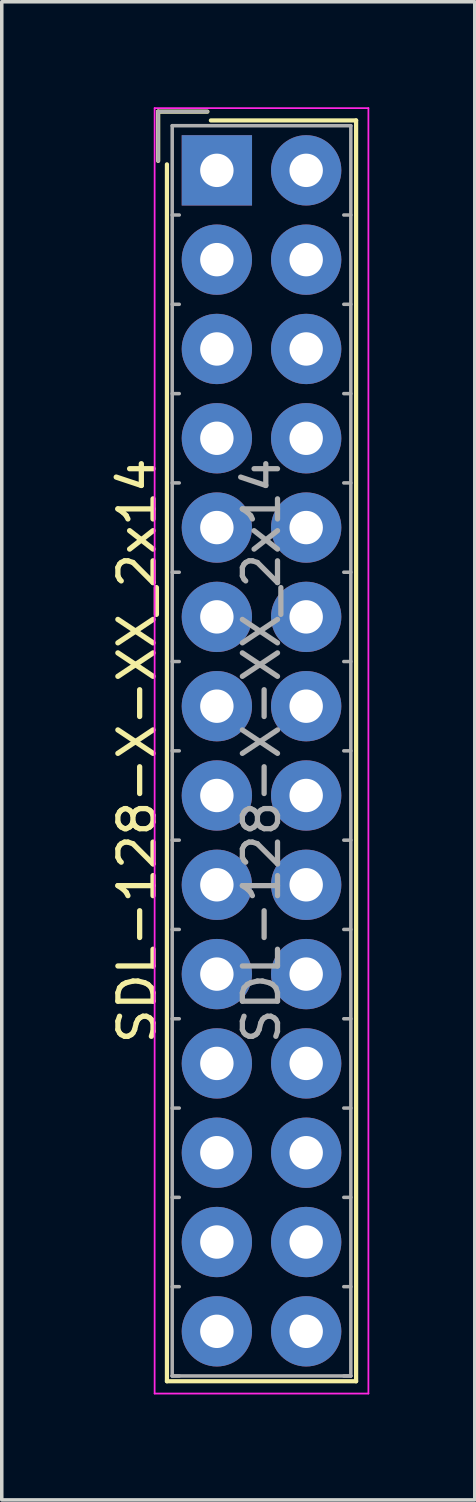
<source format=kicad_pcb>
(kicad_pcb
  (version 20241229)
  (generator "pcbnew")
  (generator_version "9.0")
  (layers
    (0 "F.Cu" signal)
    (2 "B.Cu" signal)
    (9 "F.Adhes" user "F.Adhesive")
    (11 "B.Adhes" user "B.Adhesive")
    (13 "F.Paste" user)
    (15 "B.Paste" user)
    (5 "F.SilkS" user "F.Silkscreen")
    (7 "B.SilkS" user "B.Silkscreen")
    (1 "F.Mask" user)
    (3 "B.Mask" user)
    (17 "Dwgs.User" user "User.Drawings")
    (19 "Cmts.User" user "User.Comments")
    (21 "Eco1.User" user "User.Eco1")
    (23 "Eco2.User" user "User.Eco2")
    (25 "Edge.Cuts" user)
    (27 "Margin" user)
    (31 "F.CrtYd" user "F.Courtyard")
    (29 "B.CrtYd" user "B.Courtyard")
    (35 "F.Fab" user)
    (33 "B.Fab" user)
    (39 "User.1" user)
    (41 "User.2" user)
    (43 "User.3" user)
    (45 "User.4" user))
  (footprint "SDL-128-X-XX_2x14"
    (layer "F.Cu")
    (at 3.118 1.795)
    (property "Reference" "SDL-128-X-XX_2x14" (at -2.27 16.51 90) (layer "F.SilkS") (effects (font (size 1 1) (thickness 0.15))))
    (attr through_hole)
    (fp_line (start -1.67 -1.67) (end -1.67 -0.27) (stroke (width 0.12) (type solid)) (layer "F.SilkS"))
    (fp_line (start -1.42 34.44) (end -1.42 -0.17) (stroke (width 0.12) (type solid)) (layer "F.SilkS"))
    (fp_line (start -0.27 -1.67) (end -1.67 -1.67) (stroke (width 0.12) (type solid)) (layer "F.SilkS"))
    (fp_line (start -0.17 -1.42) (end 3.96 -1.42) (stroke (width 0.12) (type solid)) (layer "F.SilkS"))
    (fp_line (start 3.96 -1.42) (end 3.96 34.44) (stroke (width 0.12) (type solid)) (layer "F.SilkS"))
    (fp_line (start 3.96 34.44) (end -1.42 34.44) (stroke (width 0.12) (type solid)) (layer "F.SilkS"))
    (fp_line (start -1.77 -1.77) (end -1.77 34.79) (stroke (width 0.05) (type solid)) (layer "F.CrtYd"))
    (fp_line (start -1.77 34.79) (end 4.31 34.79) (stroke (width 0.05) (type solid)) (layer "F.CrtYd"))
    (fp_line (start 4.31 -1.77) (end -1.77 -1.77) (stroke (width 0.05) (type solid)) (layer "F.CrtYd"))
    (fp_line (start 4.31 34.79) (end 4.31 -1.77) (stroke (width 0.05) (type solid)) (layer "F.CrtYd"))
    (fp_line (start -1.67 -1.67) (end -1.67 -0.27) (stroke (width 0.1) (type solid)) (layer "F.Fab"))
    (fp_line (start -1.27 -1.27) (end -1.27 34.29) (stroke (width 0.1) (type solid)) (layer "F.Fab"))
    (fp_line (start -1.27 1.27) (end -1.07 1.27) (stroke (width 0.1) (type solid)) (layer "F.Fab"))
    (fp_line (start -1.27 3.81) (end -1.07 3.81) (stroke (width 0.1) (type solid)) (layer "F.Fab"))
    (fp_line (start -1.27 6.35) (end -1.07 6.35) (stroke (width 0.1) (type solid)) (layer "F.Fab"))
    (fp_line (start -1.27 8.89) (end -1.07 8.89) (stroke (width 0.1) (type solid)) (layer "F.Fab"))
    (fp_line (start -1.27 11.43) (end -1.07 11.43) (stroke (width 0.1) (type solid)) (layer "F.Fab"))
    (fp_line (start -1.27 13.97) (end -1.07 13.97) (stroke (width 0.1) (type solid)) (layer "F.Fab"))
    (fp_line (start -1.27 16.51) (end -1.07 16.51) (stroke (width 0.1) (type solid)) (layer "F.Fab"))
    (fp_line (start -1.27 19.05) (end -1.07 19.05) (stroke (width 0.1) (type solid)) (layer "F.Fab"))
    (fp_line (start -1.27 21.59) (end -1.07 21.59) (stroke (width 0.1) (type solid)) (layer "F.Fab"))
    (fp_line (start -1.27 24.13) (end -1.07 24.13) (stroke (width 0.1) (type solid)) (layer "F.Fab"))
    (fp_line (start -1.27 26.67) (end -1.07 26.67) (stroke (width 0.1) (type solid)) (layer "F.Fab"))
    (fp_line (start -1.27 29.21) (end -1.07 29.21) (stroke (width 0.1) (type solid)) (layer "F.Fab"))
    (fp_line (start -1.27 31.75) (end -1.07 31.75) (stroke (width 0.1) (type solid)) (layer "F.Fab"))
    (fp_line (start -1.27 34.29) (end -1.07 34.29) (stroke (width 0.1) (type solid)) (layer "F.Fab"))
    (fp_line (start -1.27 34.29) (end 3.81 34.29) (stroke (width 0.1) (type solid)) (layer "F.Fab"))
    (fp_line (start -0.27 -1.67) (end -1.67 -1.67) (stroke (width 0.1) (type solid)) (layer "F.Fab"))
    (fp_line (start 3.81 -1.27) (end -1.27 -1.27) (stroke (width 0.1) (type solid)) (layer "F.Fab"))
    (fp_line (start 3.81 1.27) (end 3.61 1.27) (stroke (width 0.1) (type solid)) (layer "F.Fab"))
    (fp_line (start 3.81 3.81) (end 3.61 3.81) (stroke (width 0.1) (type solid)) (layer "F.Fab"))
    (fp_line (start 3.81 6.35) (end 3.61 6.35) (stroke (width 0.1) (type solid)) (layer "F.Fab"))
    (fp_line (start 3.81 8.89) (end 3.61 8.89) (stroke (width 0.1) (type solid)) (layer "F.Fab"))
    (fp_line (start 3.81 11.43) (end 3.61 11.43) (stroke (width 0.1) (type solid)) (layer "F.Fab"))
    (fp_line (start 3.81 13.97) (end 3.61 13.97) (stroke (width 0.1) (type solid)) (layer "F.Fab"))
    (fp_line (start 3.81 16.51) (end 3.61 16.51) (stroke (width 0.1) (type solid)) (layer "F.Fab"))
    (fp_line (start 3.81 19.05) (end 3.61 19.05) (stroke (width 0.1) (type solid)) (layer "F.Fab"))
    (fp_line (start 3.81 21.59) (end 3.61 21.59) (stroke (width 0.1) (type solid)) (layer "F.Fab"))
    (fp_line (start 3.81 24.13) (end 3.61 24.13) (stroke (width 0.1) (type solid)) (layer "F.Fab"))
    (fp_line (start 3.81 26.67) (end 3.61 26.67) (stroke (width 0.1) (type solid)) (layer "F.Fab"))
    (fp_line (start 3.81 29.21) (end 3.61 29.21) (stroke (width 0.1) (type solid)) (layer "F.Fab"))
    (fp_line (start 3.81 31.75) (end 3.61 31.75) (stroke (width 0.1) (type solid)) (layer "F.Fab"))
    (fp_line (start 3.81 34.29) (end 3.61 34.29) (stroke (width 0.1) (type solid)) (layer "F.Fab"))
    (fp_line (start 3.81 34.29) (end 3.81 -1.27) (stroke (width 0.1) (type solid)) (layer "F.Fab"))
    (fp_text user "${REFERENCE}" (at 1.27 16.51 90) (layer "F.Fab") (effects (font (size 1 1) (thickness 0.15))))
    (pad "1" thru_hole rect (at 0 0) (size 2 2) (drill 0.95) (layers "*.Cu" "*.Mask"))
    (pad "2" thru_hole circle (at 2.54 0) (size 2 2) (drill 0.95) (layers "*.Cu" "*.Mask"))
    (pad "3" thru_hole circle (at 0 2.54) (size 2 2) (drill 0.95) (layers "*.Cu" "*.Mask"))
    (pad "4" thru_hole circle (at 2.54 2.54) (size 2 2) (drill 0.95) (layers "*.Cu" "*.Mask"))
    (pad "5" thru_hole circle (at 0 5.08) (size 2 2) (drill 0.95) (layers "*.Cu" "*.Mask"))
    (pad "6" thru_hole circle (at 2.54 5.08) (size 2 2) (drill 0.95) (layers "*.Cu" "*.Mask"))
    (pad "7" thru_hole circle (at 0 7.62) (size 2 2) (drill 0.95) (layers "*.Cu" "*.Mask"))
    (pad "8" thru_hole circle (at 2.54 7.62) (size 2 2) (drill 0.95) (layers "*.Cu" "*.Mask"))
    (pad "9" thru_hole circle (at 0 10.16) (size 2 2) (drill 0.95) (layers "*.Cu" "*.Mask"))
    (pad "10" thru_hole circle (at 2.54 10.16) (size 2 2) (drill 0.95) (layers "*.Cu" "*.Mask"))
    (pad "11" thru_hole circle (at 0 12.7) (size 2 2) (drill 0.95) (layers "*.Cu" "*.Mask"))
    (pad "12" thru_hole circle (at 2.54 12.7) (size 2 2) (drill 0.95) (layers "*.Cu" "*.Mask"))
    (pad "13" thru_hole circle (at 0 15.24) (size 2 2) (drill 0.95) (layers "*.Cu" "*.Mask"))
    (pad "14" thru_hole circle (at 2.54 15.24) (size 2 2) (drill 0.95) (layers "*.Cu" "*.Mask"))
    (pad "15" thru_hole circle (at 0 17.78) (size 2 2) (drill 0.95) (layers "*.Cu" "*.Mask"))
    (pad "16" thru_hole circle (at 2.54 17.78) (size 2 2) (drill 0.95) (layers "*.Cu" "*.Mask"))
    (pad "17" thru_hole circle (at 0 20.32) (size 2 2) (drill 0.95) (layers "*.Cu" "*.Mask"))
    (pad "18" thru_hole circle (at 2.54 20.32) (size 2 2) (drill 0.95) (layers "*.Cu" "*.Mask"))
    (pad "19" thru_hole circle (at 0 22.86) (size 2 2) (drill 0.95) (layers "*.Cu" "*.Mask"))
    (pad "20" thru_hole circle (at 2.54 22.86) (size 2 2) (drill 0.95) (layers "*.Cu" "*.Mask"))
    (pad "21" thru_hole circle (at 0 25.4) (size 2 2) (drill 0.95) (layers "*.Cu" "*.Mask"))
    (pad "22" thru_hole circle (at 2.54 25.4) (size 2 2) (drill 0.95) (layers "*.Cu" "*.Mask"))
    (pad "23" thru_hole circle (at 0 27.94) (size 2 2) (drill 0.95) (layers "*.Cu" "*.Mask"))
    (pad "24" thru_hole circle (at 2.54 27.94) (size 2 2) (drill 0.95) (layers "*.Cu" "*.Mask"))
    (pad "25" thru_hole circle (at 0 30.48) (size 2 2) (drill 0.95) (layers "*.Cu" "*.Mask"))
    (pad "26" thru_hole circle (at 2.54 30.48) (size 2 2) (drill 0.95) (layers "*.Cu" "*.Mask"))
    (pad "27" thru_hole circle (at 0 33.02) (size 2 2) (drill 0.95) (layers "*.Cu" "*.Mask"))
    (pad "28" thru_hole circle (at 2.54 33.02) (size 2 2) (drill 0.95) (layers "*.Cu" "*.Mask")))
  (gr_rect
    (start -3 -3)
    (end 10.453 39.61)
    (stroke (width 0.1) (type default))
    (fill no)
    (layer "Edge.Cuts")))
</source>
